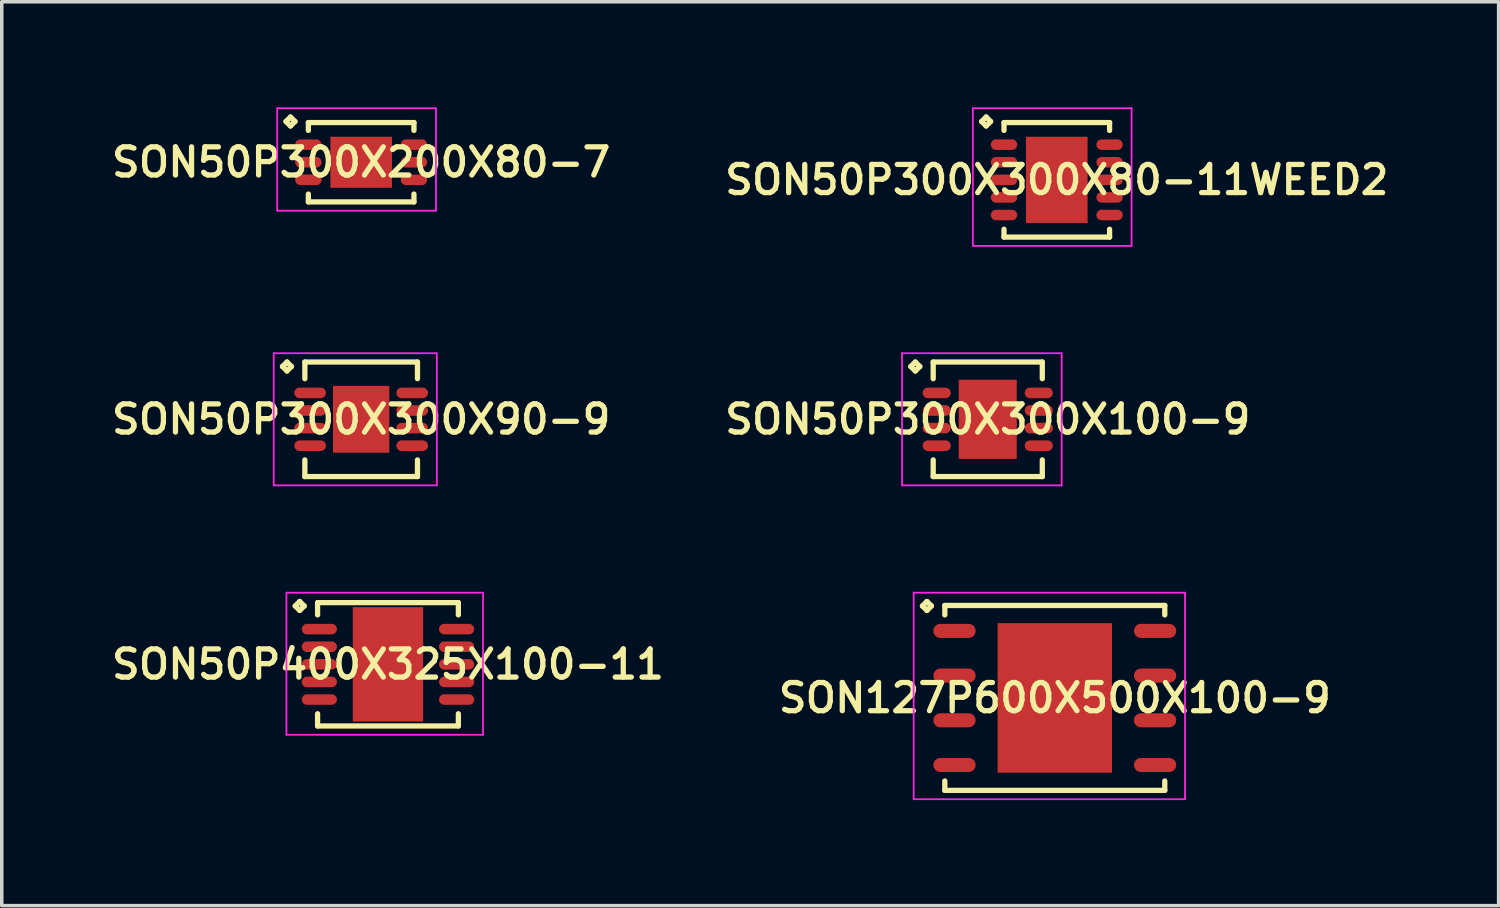
<source format=kicad_pcb>
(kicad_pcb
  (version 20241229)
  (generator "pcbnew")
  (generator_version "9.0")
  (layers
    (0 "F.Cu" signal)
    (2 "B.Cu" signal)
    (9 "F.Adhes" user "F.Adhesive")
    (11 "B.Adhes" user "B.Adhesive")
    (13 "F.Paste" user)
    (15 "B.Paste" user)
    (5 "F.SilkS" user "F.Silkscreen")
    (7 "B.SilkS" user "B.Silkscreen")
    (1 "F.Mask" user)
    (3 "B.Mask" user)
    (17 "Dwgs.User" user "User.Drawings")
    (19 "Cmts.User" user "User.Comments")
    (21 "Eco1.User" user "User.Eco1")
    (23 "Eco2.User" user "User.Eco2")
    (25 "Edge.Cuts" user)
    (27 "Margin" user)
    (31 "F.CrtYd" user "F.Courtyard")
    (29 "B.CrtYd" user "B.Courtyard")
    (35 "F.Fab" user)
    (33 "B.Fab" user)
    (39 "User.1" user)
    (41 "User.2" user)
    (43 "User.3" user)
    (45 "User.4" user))
  (footprint "SON50P300X200X80-7"
    (layer "F.Cu")
    (at 7.212 1.56)
    (property "Reference" "SON50P300X200X80-7" (at 0 0 0) (layer "F.SilkS") (effects (font (size 0.8 0.8) (thickness 0.15))))
    (attr smd)
    (fp_line (start -2.135 -1.158) (end -2.008 -1.285) (stroke (width 0.15) (type solid)) (layer "F.SilkS"))
    (fp_line (start -2.008 -1.285) (end -1.881 -1.158) (stroke (width 0.15) (type solid)) (layer "F.SilkS"))
    (fp_line (start -2.008 -1.031) (end -2.135 -1.158) (stroke (width 0.15) (type solid)) (layer "F.SilkS"))
    (fp_line (start -1.881 -1.158) (end -2.008 -1.031) (stroke (width 0.15) (type solid)) (layer "F.SilkS"))
    (fp_line (start -1.5 -1.127) (end 1.5 -1.127) (stroke (width 0.15) (type solid)) (layer "F.SilkS"))
    (fp_line (start -1.5 -0.904) (end -1.5 -1.127) (stroke (width 0.15) (type solid)) (layer "F.SilkS"))
    (fp_line (start -1.5 0.904) (end -1.5 1.127) (stroke (width 0.15) (type solid)) (layer "F.SilkS"))
    (fp_line (start -1.5 1.127) (end 1.5 1.127) (stroke (width 0.15) (type solid)) (layer "F.SilkS"))
    (fp_line (start 1.5 -1.127) (end 1.5 -0.904) (stroke (width 0.15) (type solid)) (layer "F.SilkS"))
    (fp_line (start 1.5 1.127) (end 1.5 0.904) (stroke (width 0.15) (type solid)) (layer "F.SilkS"))
    (fp_line (start -2.385 -1.535) (end 2.125 -1.535) (stroke (width 0.05) (type solid)) (layer "F.CrtYd"))
    (fp_line (start -2.385 1.377) (end -2.385 -1.535) (stroke (width 0.05) (type solid)) (layer "F.CrtYd"))
    (fp_line (start 2.125 -1.535) (end 2.125 1.377) (stroke (width 0.05) (type solid)) (layer "F.CrtYd"))
    (fp_line (start 2.125 1.377) (end -2.385 1.377) (stroke (width 0.05) (type solid)) (layer "F.CrtYd"))
    (pad "1" smd oval (at -1.5 -0.5) (size 0.75 0.3) (layers "F.Cu" "F.Mask" "F.Paste"))
    (pad "2" smd oval (at -1.5 0) (size 0.75 0.3) (layers "F.Cu" "F.Mask" "F.Paste"))
    (pad "3" smd oval (at -1.5 0.5) (size 0.75 0.3) (layers "F.Cu" "F.Mask" "F.Paste"))
    (pad "4" smd oval (at 1.5 0.5) (size 0.75 0.3) (layers "F.Cu" "F.Mask" "F.Paste"))
    (pad "5" smd oval (at 1.5 0) (size 0.75 0.3) (layers "F.Cu" "F.Mask" "F.Paste"))
    (pad "6" smd oval (at 1.5 -0.5) (size 0.75 0.3) (layers "F.Cu" "F.Mask" "F.Paste"))
    (pad "7" smd rect (at 0 0) (size 1.75 1.45) (layers "F.Cu" "F.Mask" "F.Paste")))
  (footprint "SON50P300X300X100-9"
    (layer "F.Cu")
    (at 25.016 8.864)
    (property "Reference" "SON50P300X300X100-9" (at 0 0 0) (layer "F.SilkS") (effects (font (size 0.8 0.8) (thickness 0.15))))
    (attr smd)
    (fp_line (start -2.185 -1.5) (end -2.058 -1.627) (stroke (width 0.15) (type solid)) (layer "F.SilkS"))
    (fp_line (start -2.058 -1.627) (end -1.931 -1.5) (stroke (width 0.15) (type solid)) (layer "F.SilkS"))
    (fp_line (start -2.058 -1.373) (end -2.185 -1.5) (stroke (width 0.15) (type solid)) (layer "F.SilkS"))
    (fp_line (start -1.931 -1.5) (end -2.058 -1.373) (stroke (width 0.15) (type solid)) (layer "F.SilkS"))
    (fp_line (start -1.55 -1.627) (end 1.55 -1.627) (stroke (width 0.15) (type solid)) (layer "F.SilkS"))
    (fp_line (start -1.55 -1.154) (end -1.55 -1.627) (stroke (width 0.15) (type solid)) (layer "F.SilkS"))
    (fp_line (start -1.55 1.154) (end -1.55 1.627) (stroke (width 0.15) (type solid)) (layer "F.SilkS"))
    (fp_line (start -1.55 1.627) (end 1.55 1.627) (stroke (width 0.15) (type solid)) (layer "F.SilkS"))
    (fp_line (start 1.55 -1.627) (end 1.55 -1.154) (stroke (width 0.15) (type solid)) (layer "F.SilkS"))
    (fp_line (start 1.55 1.627) (end 1.55 1.154) (stroke (width 0.15) (type solid)) (layer "F.SilkS"))
    (fp_line (start -2.435 -1.877) (end 2.1 -1.877) (stroke (width 0.05) (type solid)) (layer "F.CrtYd"))
    (fp_line (start -2.435 1.877) (end -2.435 -1.877) (stroke (width 0.05) (type solid)) (layer "F.CrtYd"))
    (fp_line (start 2.1 -1.877) (end 2.1 1.877) (stroke (width 0.05) (type solid)) (layer "F.CrtYd"))
    (fp_line (start 2.1 1.877) (end -2.435 1.877) (stroke (width 0.05) (type solid)) (layer "F.CrtYd"))
    (pad "1" smd oval (at -1.45 -0.75) (size 0.8 0.3) (layers "F.Cu" "F.Mask" "F.Paste"))
    (pad "2" smd oval (at -1.45 -0.25) (size 0.8 0.3) (layers "F.Cu" "F.Mask" "F.Paste"))
    (pad "3" smd oval (at -1.45 0.25) (size 0.8 0.3) (layers "F.Cu" "F.Mask" "F.Paste"))
    (pad "4" smd oval (at -1.45 0.75) (size 0.8 0.3) (layers "F.Cu" "F.Mask" "F.Paste"))
    (pad "5" smd oval (at 1.45 0.75) (size 0.8 0.3) (layers "F.Cu" "F.Mask" "F.Paste"))
    (pad "6" smd oval (at 1.45 0.25) (size 0.8 0.3) (layers "F.Cu" "F.Mask" "F.Paste"))
    (pad "7" smd oval (at 1.45 -0.25) (size 0.8 0.3) (layers "F.Cu" "F.Mask" "F.Paste"))
    (pad "8" smd oval (at 1.45 -0.75) (size 0.8 0.3) (layers "F.Cu" "F.Mask" "F.Paste"))
    (pad "9" smd rect (at 0 0) (size 1.65 2.25) (layers "F.Cu" "F.Mask" "F.Paste")))
  (footprint "SON127P600X500X100-9"
    (layer "F.Cu")
    (at 26.921 16.781)
    (property "Reference" "SON127P600X500X100-9" (at 0 0 0) (layer "F.SilkS") (effects (font (size 0.8 0.8) (thickness 0.15))))
    (attr smd)
    (fp_line (start -3.76 -2.613) (end -3.633 -2.74) (stroke (width 0.15) (type solid)) (layer "F.SilkS"))
    (fp_line (start -3.633 -2.74) (end -3.506 -2.613) (stroke (width 0.15) (type solid)) (layer "F.SilkS"))
    (fp_line (start -3.633 -2.486) (end -3.76 -2.613) (stroke (width 0.15) (type solid)) (layer "F.SilkS"))
    (fp_line (start -3.506 -2.613) (end -3.633 -2.486) (stroke (width 0.15) (type solid)) (layer "F.SilkS"))
    (fp_line (start -3.125 -2.627) (end 3.125 -2.627) (stroke (width 0.15) (type solid)) (layer "F.SilkS"))
    (fp_line (start -3.125 -2.359) (end -3.125 -2.627) (stroke (width 0.15) (type solid)) (layer "F.SilkS"))
    (fp_line (start -3.125 2.359) (end -3.125 2.627) (stroke (width 0.15) (type solid)) (layer "F.SilkS"))
    (fp_line (start -3.125 2.627) (end 3.125 2.627) (stroke (width 0.15) (type solid)) (layer "F.SilkS"))
    (fp_line (start 3.125 -2.627) (end 3.125 -2.359) (stroke (width 0.15) (type solid)) (layer "F.SilkS"))
    (fp_line (start 3.125 2.627) (end 3.125 2.359) (stroke (width 0.15) (type solid)) (layer "F.SilkS"))
    (fp_line (start -4.01 -2.99) (end 3.7 -2.99) (stroke (width 0.05) (type solid)) (layer "F.CrtYd"))
    (fp_line (start -4.01 2.877) (end -4.01 -2.99) (stroke (width 0.05) (type solid)) (layer "F.CrtYd"))
    (fp_line (start 3.7 -2.99) (end 3.7 2.877) (stroke (width 0.05) (type solid)) (layer "F.CrtYd"))
    (fp_line (start 3.7 2.877) (end -4.01 2.877) (stroke (width 0.05) (type solid)) (layer "F.CrtYd"))
    (pad "1" smd oval (at -2.85 -1.905) (size 1.2 0.4) (layers "F.Cu" "F.Mask" "F.Paste"))
    (pad "2" smd oval (at -2.85 -0.635) (size 1.2 0.4) (layers "F.Cu" "F.Mask" "F.Paste"))
    (pad "3" smd oval (at -2.85 0.635) (size 1.2 0.4) (layers "F.Cu" "F.Mask" "F.Paste"))
    (pad "4" smd oval (at -2.85 1.905) (size 1.2 0.4) (layers "F.Cu" "F.Mask" "F.Paste"))
    (pad "5" smd oval (at 2.85 1.905) (size 1.2 0.4) (layers "F.Cu" "F.Mask" "F.Paste"))
    (pad "6" smd oval (at 2.85 0.635) (size 1.2 0.4) (layers "F.Cu" "F.Mask" "F.Paste"))
    (pad "7" smd oval (at 2.85 -0.635) (size 1.2 0.4) (layers "F.Cu" "F.Mask" "F.Paste"))
    (pad "8" smd oval (at 2.85 -1.905) (size 1.2 0.4) (layers "F.Cu" "F.Mask" "F.Paste"))
    (pad "9" smd rect (at 0 0) (size 3.25 4.25) (layers "F.Cu" "F.Mask" "F.Paste")))
  (footprint "SON50P400X325X100-11"
    (layer "F.Cu")
    (at 7.974 15.826)
    (property "Reference" "SON50P400X325X100-11" (at 0 0 0) (layer "F.SilkS") (effects (font (size 0.8 0.8) (thickness 0.15))))
    (attr smd)
    (fp_line (start -2.635 -1.658) (end -2.508 -1.785) (stroke (width 0.15) (type solid)) (layer "F.SilkS"))
    (fp_line (start -2.508 -1.785) (end -2.381 -1.658) (stroke (width 0.15) (type solid)) (layer "F.SilkS"))
    (fp_line (start -2.508 -1.531) (end -2.635 -1.658) (stroke (width 0.15) (type solid)) (layer "F.SilkS"))
    (fp_line (start -2.381 -1.658) (end -2.508 -1.531) (stroke (width 0.15) (type solid)) (layer "F.SilkS"))
    (fp_line (start -2 -1.752) (end 2 -1.752) (stroke (width 0.15) (type solid)) (layer "F.SilkS"))
    (fp_line (start -2 -1.404) (end -2 -1.752) (stroke (width 0.15) (type solid)) (layer "F.SilkS"))
    (fp_line (start -2 1.404) (end -2 1.752) (stroke (width 0.15) (type solid)) (layer "F.SilkS"))
    (fp_line (start -2 1.752) (end 2 1.752) (stroke (width 0.15) (type solid)) (layer "F.SilkS"))
    (fp_line (start 2 -1.752) (end 2 -1.404) (stroke (width 0.15) (type solid)) (layer "F.SilkS"))
    (fp_line (start 2 1.752) (end 2 1.404) (stroke (width 0.15) (type solid)) (layer "F.SilkS"))
    (fp_line (start -2.885 -2.035) (end 2.7 -2.035) (stroke (width 0.05) (type solid)) (layer "F.CrtYd"))
    (fp_line (start -2.885 2.002) (end -2.885 -2.035) (stroke (width 0.05) (type solid)) (layer "F.CrtYd"))
    (fp_line (start 2.7 -2.035) (end 2.7 2.002) (stroke (width 0.05) (type solid)) (layer "F.CrtYd"))
    (fp_line (start 2.7 2.002) (end -2.885 2.002) (stroke (width 0.05) (type solid)) (layer "F.CrtYd"))
    (pad "1" smd oval (at -1.95 -1) (size 1 0.3) (layers "F.Cu" "F.Mask" "F.Paste"))
    (pad "2" smd oval (at -1.95 -0.5) (size 1 0.3) (layers "F.Cu" "F.Mask" "F.Paste"))
    (pad "3" smd oval (at -1.95 0) (size 1 0.3) (layers "F.Cu" "F.Mask" "F.Paste"))
    (pad "4" smd oval (at -1.95 0.5) (size 1 0.3) (layers "F.Cu" "F.Mask" "F.Paste"))
    (pad "5" smd oval (at -1.95 1) (size 1 0.3) (layers "F.Cu" "F.Mask" "F.Paste"))
    (pad "6" smd oval (at 1.95 1) (size 1 0.3) (layers "F.Cu" "F.Mask" "F.Paste"))
    (pad "7" smd oval (at 1.95 0.5) (size 1 0.3) (layers "F.Cu" "F.Mask" "F.Paste"))
    (pad "8" smd oval (at 1.95 0) (size 1 0.3) (layers "F.Cu" "F.Mask" "F.Paste"))
    (pad "9" smd oval (at 1.95 -0.5) (size 1 0.3) (layers "F.Cu" "F.Mask" "F.Paste"))
    (pad "10" smd oval (at 1.95 -1) (size 1 0.3) (layers "F.Cu" "F.Mask" "F.Paste"))
    (pad "11" smd rect (at 0 0) (size 2 3.25) (layers "F.Cu" "F.Mask" "F.Paste")))
  (footprint "SON50P300X300X80-11WEED2"
    (layer "F.Cu")
    (at 26.978 2.06)
    (property "Reference" "SON50P300X300X80-11WEED2" (at 0 0 0) (layer "F.SilkS") (effects (font (size 0.8 0.8) (thickness 0.15))))
    (attr smd)
    (fp_line (start -2.135 -1.658) (end -2.008 -1.785) (stroke (width 0.15) (type solid)) (layer "F.SilkS"))
    (fp_line (start -2.008 -1.785) (end -1.881 -1.658) (stroke (width 0.15) (type solid)) (layer "F.SilkS"))
    (fp_line (start -2.008 -1.531) (end -2.135 -1.658) (stroke (width 0.15) (type solid)) (layer "F.SilkS"))
    (fp_line (start -1.881 -1.658) (end -2.008 -1.531) (stroke (width 0.15) (type solid)) (layer "F.SilkS"))
    (fp_line (start -1.5 -1.627) (end 1.5 -1.627) (stroke (width 0.15) (type solid)) (layer "F.SilkS"))
    (fp_line (start -1.5 -1.404) (end -1.5 -1.627) (stroke (width 0.15) (type solid)) (layer "F.SilkS"))
    (fp_line (start -1.5 1.404) (end -1.5 1.627) (stroke (width 0.15) (type solid)) (layer "F.SilkS"))
    (fp_line (start -1.5 1.627) (end 1.5 1.627) (stroke (width 0.15) (type solid)) (layer "F.SilkS"))
    (fp_line (start 1.5 -1.627) (end 1.5 -1.404) (stroke (width 0.15) (type solid)) (layer "F.SilkS"))
    (fp_line (start 1.5 1.627) (end 1.5 1.404) (stroke (width 0.15) (type solid)) (layer "F.SilkS"))
    (fp_line (start -2.385 -2.035) (end 2.125 -2.035) (stroke (width 0.05) (type solid)) (layer "F.CrtYd"))
    (fp_line (start -2.385 1.877) (end -2.385 -2.035) (stroke (width 0.05) (type solid)) (layer "F.CrtYd"))
    (fp_line (start 2.125 -2.035) (end 2.125 1.877) (stroke (width 0.05) (type solid)) (layer "F.CrtYd"))
    (fp_line (start 2.125 1.877) (end -2.385 1.877) (stroke (width 0.05) (type solid)) (layer "F.CrtYd"))
    (pad "1" smd oval (at -1.5 -1) (size 0.75 0.3) (layers "F.Cu" "F.Mask" "F.Paste"))
    (pad "2" smd oval (at -1.5 -0.5) (size 0.75 0.3) (layers "F.Cu" "F.Mask" "F.Paste"))
    (pad "3" smd oval (at -1.5 0) (size 0.75 0.3) (layers "F.Cu" "F.Mask" "F.Paste"))
    (pad "4" smd oval (at -1.5 0.5) (size 0.75 0.3) (layers "F.Cu" "F.Mask" "F.Paste"))
    (pad "5" smd oval (at -1.5 1) (size 0.75 0.3) (layers "F.Cu" "F.Mask" "F.Paste"))
    (pad "6" smd oval (at 1.5 1) (size 0.75 0.3) (layers "F.Cu" "F.Mask" "F.Paste"))
    (pad "7" smd oval (at 1.5 0.5) (size 0.75 0.3) (layers "F.Cu" "F.Mask" "F.Paste"))
    (pad "8" smd oval (at 1.5 0) (size 0.75 0.3) (layers "F.Cu" "F.Mask" "F.Paste"))
    (pad "9" smd oval (at 1.5 -0.5) (size 0.75 0.3) (layers "F.Cu" "F.Mask" "F.Paste"))
    (pad "10" smd oval (at 1.5 -1) (size 0.75 0.3) (layers "F.Cu" "F.Mask" "F.Paste"))
    (pad "11" smd rect (at 0 0) (size 1.75 2.45) (layers "F.Cu" "F.Mask" "F.Paste")))
  (footprint "SON50P300X300X90-9"
    (layer "F.Cu")
    (at 7.212 8.864)
    (property "Reference" "SON50P300X300X90-9" (at 0 0 0) (layer "F.SilkS") (effects (font (size 0.8 0.8) (thickness 0.15))))
    (attr smd)
    (fp_line (start -2.235 -1.5) (end -2.108 -1.627) (stroke (width 0.15) (type solid)) (layer "F.SilkS"))
    (fp_line (start -2.108 -1.627) (end -1.981 -1.5) (stroke (width 0.15) (type solid)) (layer "F.SilkS"))
    (fp_line (start -2.108 -1.373) (end -2.235 -1.5) (stroke (width 0.15) (type solid)) (layer "F.SilkS"))
    (fp_line (start -1.981 -1.5) (end -2.108 -1.373) (stroke (width 0.15) (type solid)) (layer "F.SilkS"))
    (fp_line (start -1.6 -1.627) (end 1.6 -1.627) (stroke (width 0.15) (type solid)) (layer "F.SilkS"))
    (fp_line (start -1.6 -1.154) (end -1.6 -1.627) (stroke (width 0.15) (type solid)) (layer "F.SilkS"))
    (fp_line (start -1.6 1.154) (end -1.6 1.627) (stroke (width 0.15) (type solid)) (layer "F.SilkS"))
    (fp_line (start -1.6 1.627) (end 1.6 1.627) (stroke (width 0.15) (type solid)) (layer "F.SilkS"))
    (fp_line (start 1.6 -1.627) (end 1.6 -1.154) (stroke (width 0.15) (type solid)) (layer "F.SilkS"))
    (fp_line (start 1.6 1.627) (end 1.6 1.154) (stroke (width 0.15) (type solid)) (layer "F.SilkS"))
    (fp_line (start -2.485 -1.877) (end 2.15 -1.877) (stroke (width 0.05) (type solid)) (layer "F.CrtYd"))
    (fp_line (start -2.485 1.877) (end -2.485 -1.877) (stroke (width 0.05) (type solid)) (layer "F.CrtYd"))
    (fp_line (start 2.15 -1.877) (end 2.15 1.877) (stroke (width 0.05) (type solid)) (layer "F.CrtYd"))
    (fp_line (start 2.15 1.877) (end -2.485 1.877) (stroke (width 0.05) (type solid)) (layer "F.CrtYd"))
    (pad "1" smd oval (at -1.45 -0.75) (size 0.9 0.3) (layers "F.Cu" "F.Mask" "F.Paste"))
    (pad "2" smd oval (at -1.45 -0.25) (size 0.9 0.3) (layers "F.Cu" "F.Mask" "F.Paste"))
    (pad "3" smd oval (at -1.45 0.25) (size 0.9 0.3) (layers "F.Cu" "F.Mask" "F.Paste"))
    (pad "4" smd oval (at -1.45 0.75) (size 0.9 0.3) (layers "F.Cu" "F.Mask" "F.Paste"))
    (pad "5" smd oval (at 1.45 0.75) (size 0.9 0.3) (layers "F.Cu" "F.Mask" "F.Paste"))
    (pad "6" smd oval (at 1.45 0.25) (size 0.9 0.3) (layers "F.Cu" "F.Mask" "F.Paste"))
    (pad "7" smd oval (at 1.45 -0.25) (size 0.9 0.3) (layers "F.Cu" "F.Mask" "F.Paste"))
    (pad "8" smd oval (at 1.45 -0.75) (size 0.9 0.3) (layers "F.Cu" "F.Mask" "F.Paste"))
    (pad "9" smd rect (at 0 0) (size 1.6 1.9) (layers "F.Cu" "F.Mask" "F.Paste")))
  (gr_rect
    (start -3 -3)
    (end 39.532 22.683)
    (stroke (width 0.1) (type default))
    (fill no)
    (layer "Edge.Cuts")))
</source>
